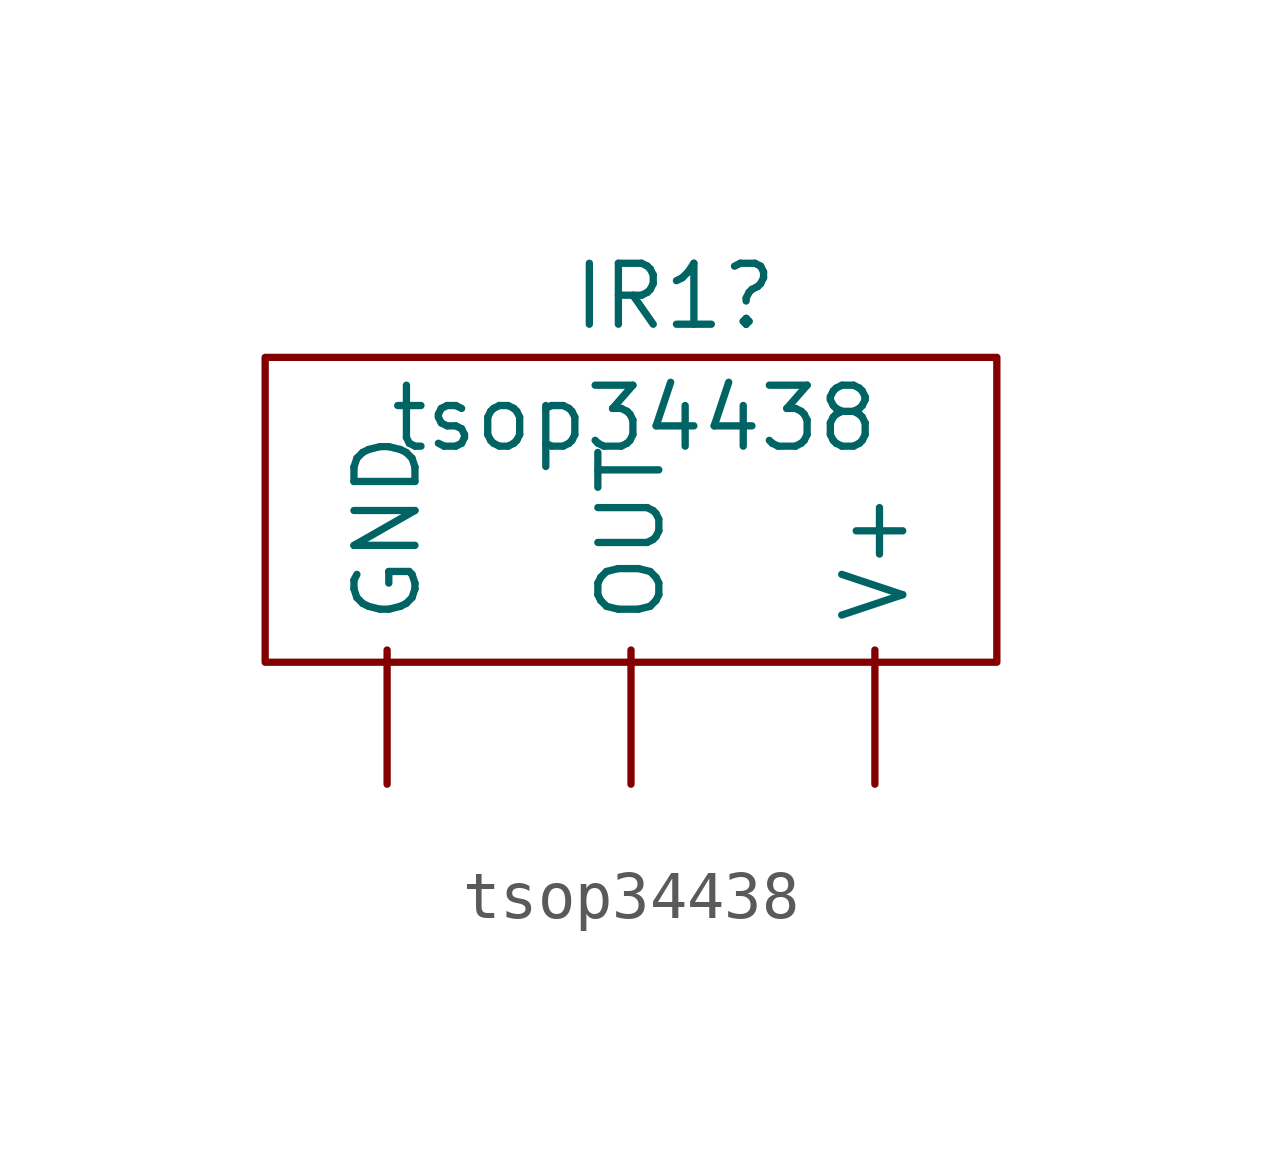
<source format=kicad_sym>
(kicad_symbol_lib
  (version 20211014)
  (generator kicad_symbol_editor)
  (symbol "tsop34438"
    (property "Reference" "IR1"
      (at -1.27 3.81 0)
      (effects (font (size 1.27 1.27)) (justify left)))
    (property "Value" "tsop34438"
      (at -5.08 1.27 0)
      (effects (font (size 1.27 1.27)) (justify left)))
    (symbol "tsop34438_0_1"
      (rectangle (start -7.62 2.54) (end 7.62 -3.81) (stroke (width 0) (type default) (color 0 0 0 0)) (fill (type none))))
    (symbol "tsop34438_1_1"
      (pin power_in line (at -5.08 -6.35 90) (length 2.794) (name "GND" (effects (font (size 1.27 1.27)))) (number "" (effects (font (size 1.27 1.27)))))
      (pin output line (at 0 -6.35 90) (length 2.794) (name "OUT" (effects (font (size 1.27 1.27)))) (number "" (effects (font (size 1.27 1.27)))))
      (pin power_out line (at 5.08 -6.35 90) (length 2.794) (name "V+" (effects (font (size 1.27 1.27)))) (number "" (effects (font (size 1.27 1.27))))))))
</source>
